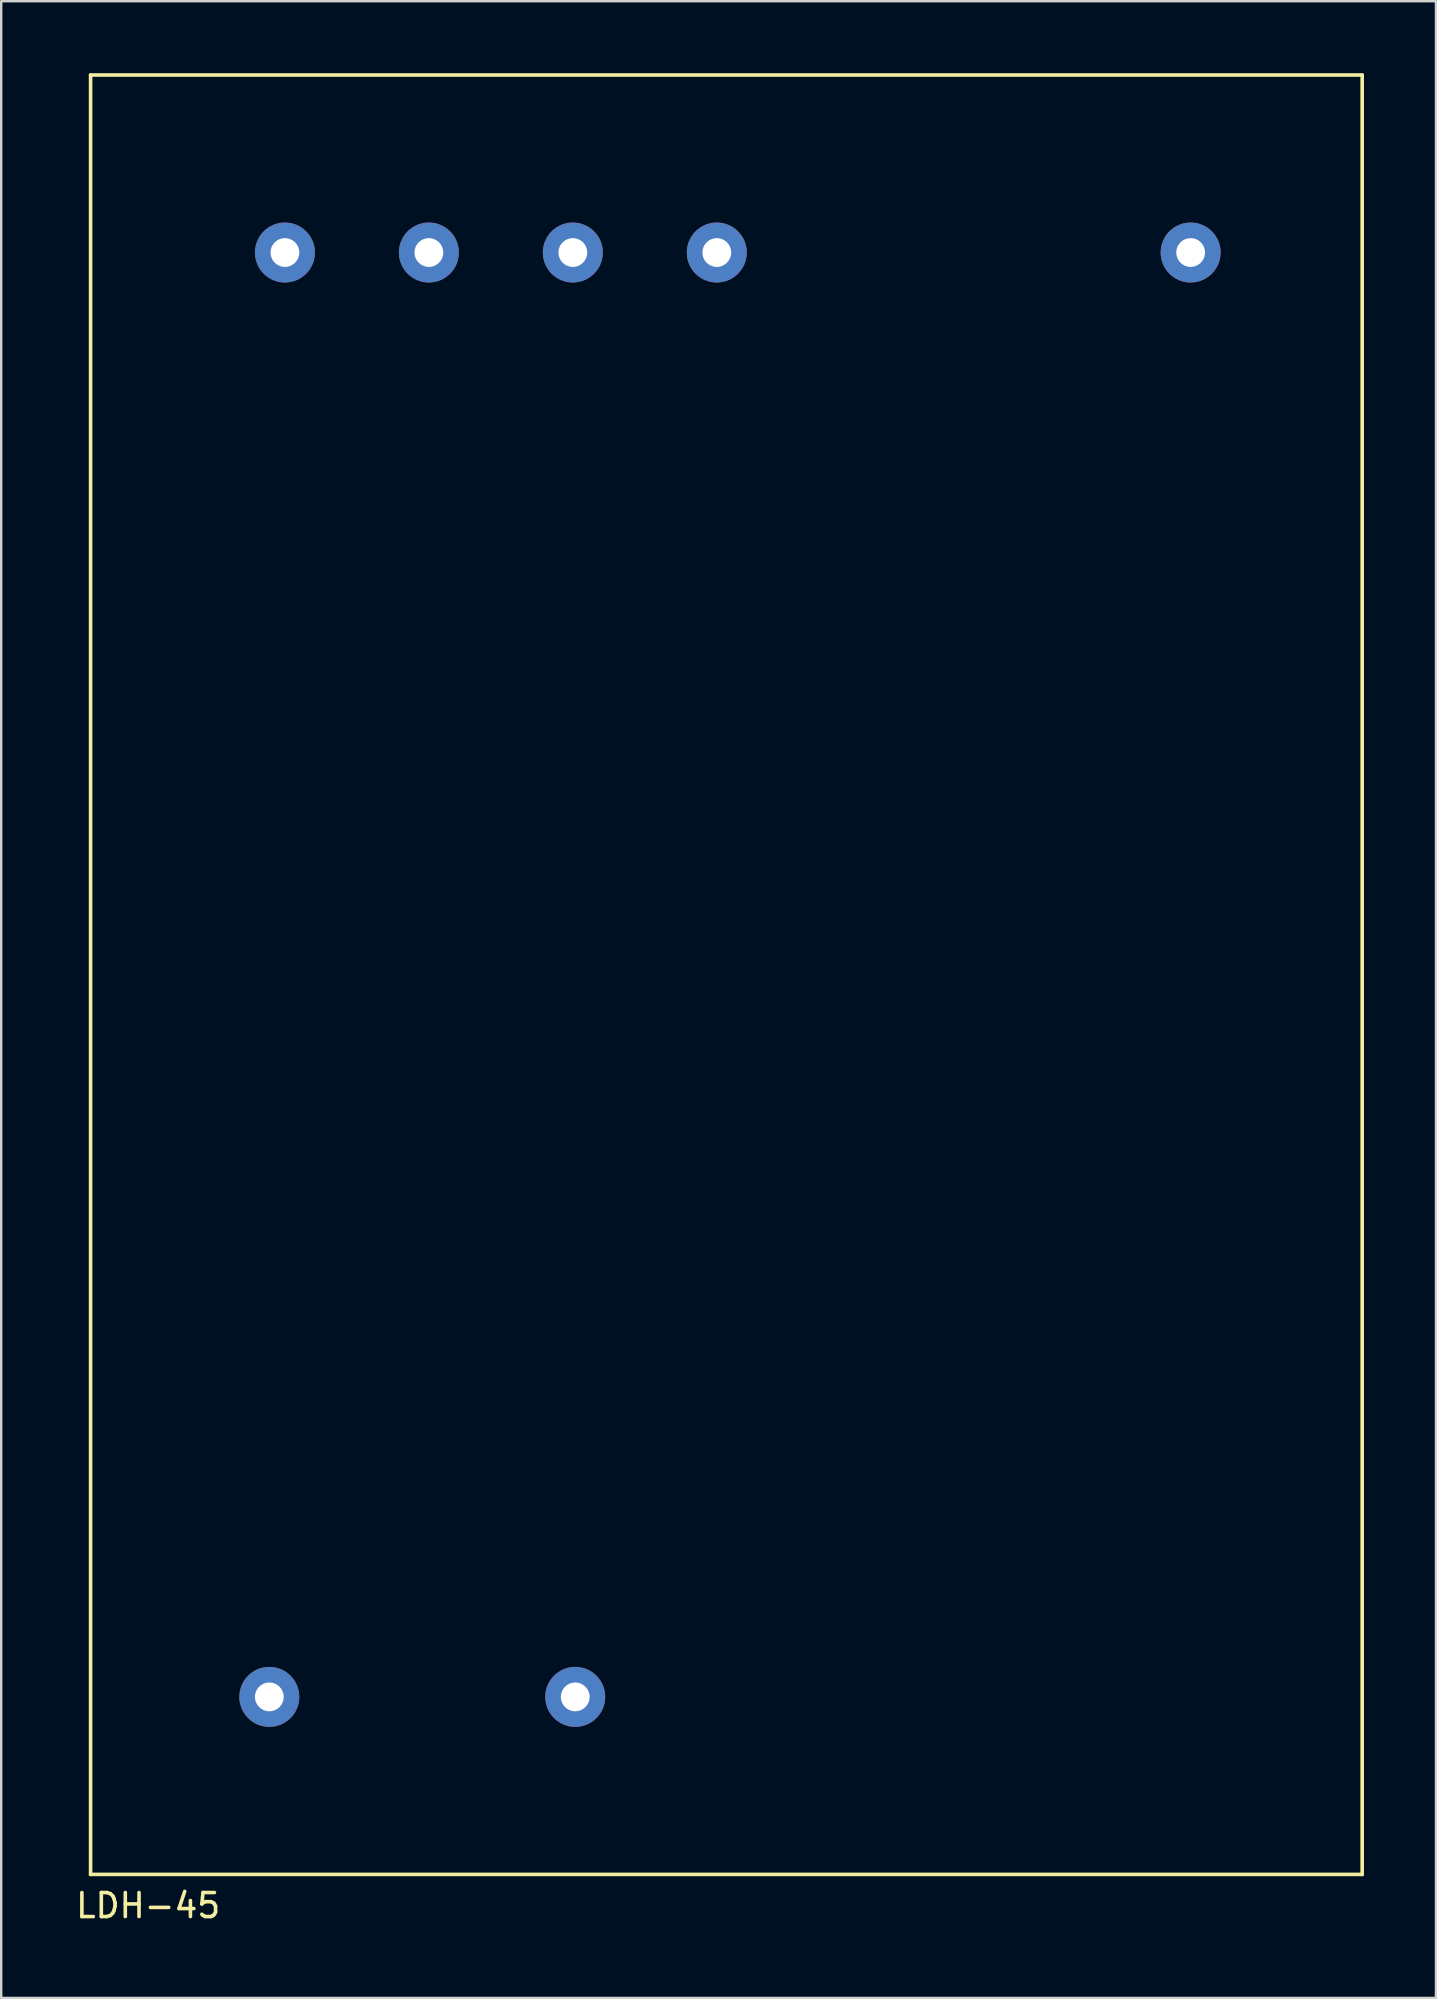
<source format=kicad_pcb>
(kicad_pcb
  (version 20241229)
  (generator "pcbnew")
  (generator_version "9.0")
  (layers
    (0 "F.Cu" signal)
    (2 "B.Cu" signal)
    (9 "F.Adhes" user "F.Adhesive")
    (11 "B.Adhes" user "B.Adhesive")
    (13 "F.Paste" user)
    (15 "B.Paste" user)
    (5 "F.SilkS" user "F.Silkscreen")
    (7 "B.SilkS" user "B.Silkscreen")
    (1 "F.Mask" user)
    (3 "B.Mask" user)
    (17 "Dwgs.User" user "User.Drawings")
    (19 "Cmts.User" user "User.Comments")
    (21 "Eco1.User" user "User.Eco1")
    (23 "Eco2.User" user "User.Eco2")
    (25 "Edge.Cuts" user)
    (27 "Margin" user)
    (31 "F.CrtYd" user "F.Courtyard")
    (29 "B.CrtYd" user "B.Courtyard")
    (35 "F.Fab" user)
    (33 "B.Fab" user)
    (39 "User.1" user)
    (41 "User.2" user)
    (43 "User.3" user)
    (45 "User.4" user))
  (footprint "LDH-45"
    (layer "F.Cu")
    (at 0.725 75.075)
    (property "Reference" "LDH-45" (at 2.4 1.3 0) (layer "F.SilkS") (effects (font (size 1 1) (thickness 0.15))))
    (attr through_hole)
    (fp_line (start 0 -75) (end 0 0) (stroke (width 0.15) (type solid)) (layer "F.SilkS"))
    (fp_line (start 0 0) (end 53 0) (stroke (width 0.15) (type solid)) (layer "F.SilkS"))
    (fp_line (start 53 -75) (end 0 -75) (stroke (width 0.15) (type solid)) (layer "F.SilkS"))
    (fp_line (start 53 0) (end 53 -75) (stroke (width 0.15) (type solid)) (layer "F.SilkS"))
    (pad "1" thru_hole circle (at 45.85 -67.6) (size 2.5 2.5) (drill 1.2) (layers "*.Cu" "*.Mask"))
    (pad "2" thru_hole circle (at 26.1 -67.6) (size 2.5 2.5) (drill 1.2) (layers "*.Cu" "*.Mask"))
    (pad "3" thru_hole circle (at 20.1 -67.6) (size 2.5 2.5) (drill 1.2) (layers "*.Cu" "*.Mask"))
    (pad "4" thru_hole circle (at 14.1 -67.6) (size 2.5 2.5) (drill 1.2) (layers "*.Cu" "*.Mask"))
    (pad "5" thru_hole circle (at 8.1 -67.6) (size 2.5 2.5) (drill 1.2) (layers "*.Cu" "*.Mask"))
    (pad "6" thru_hole circle (at 7.45 -7.4) (size 2.5 2.5) (drill 1.2) (layers "*.Cu" "*.Mask"))
    (pad "7" thru_hole circle (at 20.2 -7.4) (size 2.5 2.5) (drill 1.2) (layers "*.Cu" "*.Mask")))
  (gr_rect
    (start -3 -3)
    (end 56.8 80.223)
    (stroke (width 0.1) (type default))
    (fill no)
    (layer "Edge.Cuts")))
</source>
